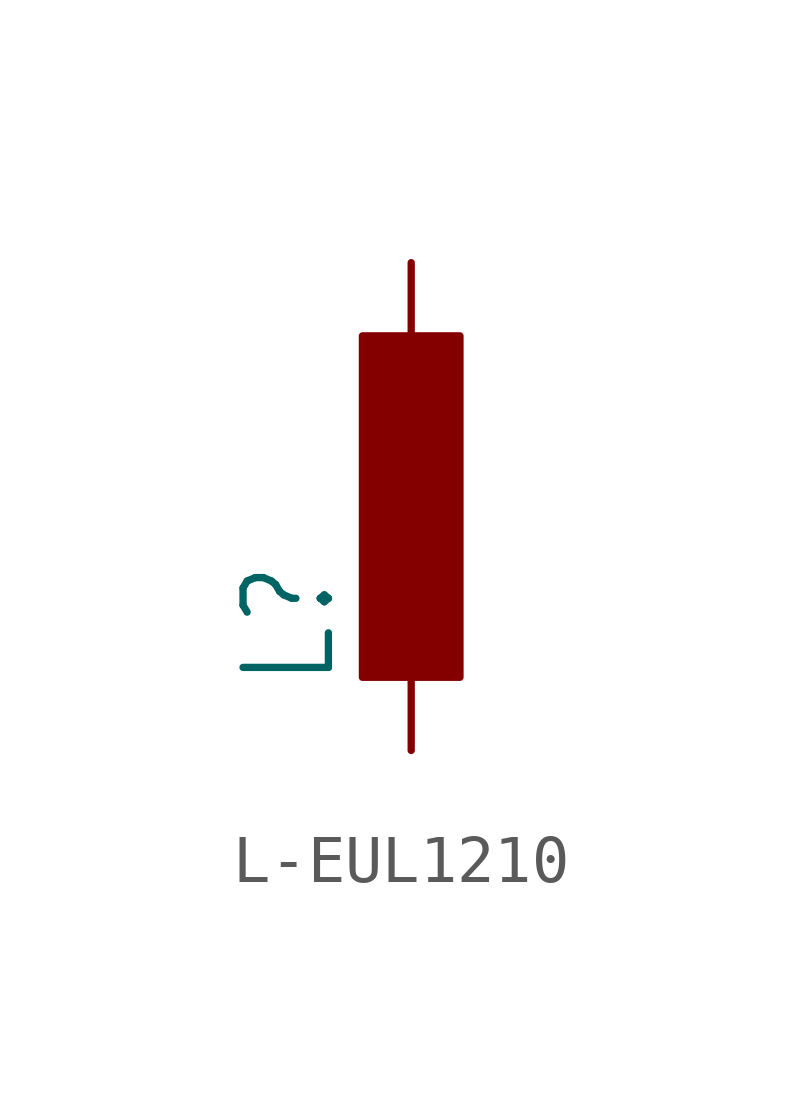
<source format=kicad_sym>
(kicad_symbol_lib
  (version 20241209)
  (generator "kicad_symbol_editor")
  (generator_version "9.0")
  (symbol "L-EUL1210"
    (property "Reference" "L"
      (at -1.499 -3.81 90)
      (effects (font (size 1.778 1.511)) (justify left bottom)))
    (property "Value" ""
      (at 3.302 -3.81 90)
      (effects (font (size 1.778 1.511)) (justify left bottom)))
    (property "ki_locked" ""
      (at 0 0 0)
      (effects (font (size 1.27 1.27))))
    (symbol "L-EUL1210_1_0"
      (rectangle (start -1.016 -3.556) (end 1.016 3.556) (stroke (width 0) (type default)) (fill (type outline)))
      (pin passive line (at 0 5.08 270) (length 2.54) (name "1" (effects (font (size 0 0)))) (number "1" (effects (font (size 0 0)))))
      (pin passive line (at 0 -5.08 90) (length 2.54) (name "2" (effects (font (size 0 0)))) (number "2" (effects (font (size 0 0))))))))
</source>
